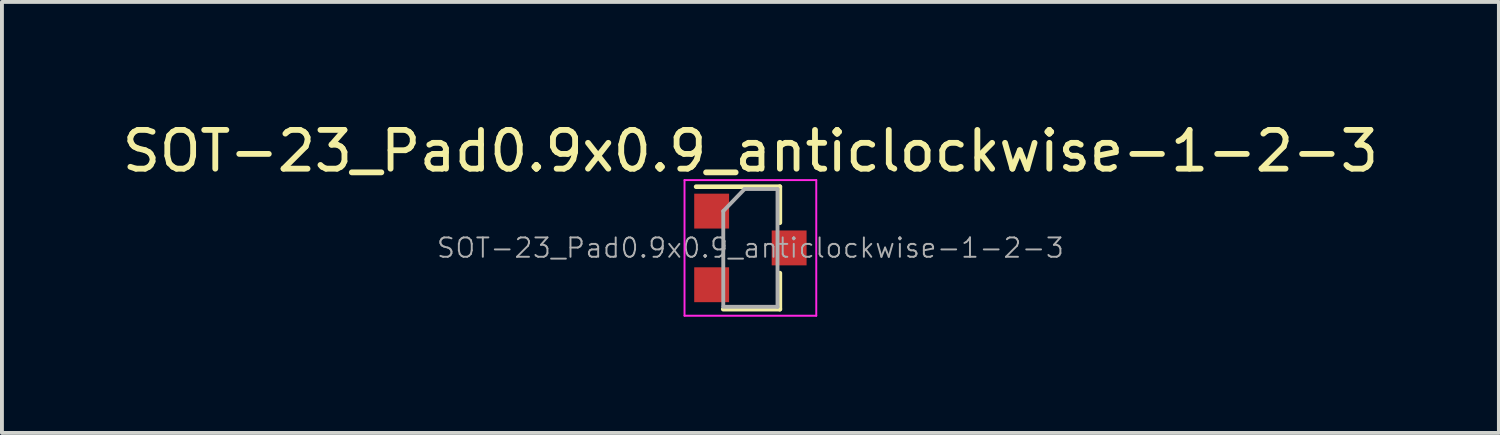
<source format=kicad_pcb>
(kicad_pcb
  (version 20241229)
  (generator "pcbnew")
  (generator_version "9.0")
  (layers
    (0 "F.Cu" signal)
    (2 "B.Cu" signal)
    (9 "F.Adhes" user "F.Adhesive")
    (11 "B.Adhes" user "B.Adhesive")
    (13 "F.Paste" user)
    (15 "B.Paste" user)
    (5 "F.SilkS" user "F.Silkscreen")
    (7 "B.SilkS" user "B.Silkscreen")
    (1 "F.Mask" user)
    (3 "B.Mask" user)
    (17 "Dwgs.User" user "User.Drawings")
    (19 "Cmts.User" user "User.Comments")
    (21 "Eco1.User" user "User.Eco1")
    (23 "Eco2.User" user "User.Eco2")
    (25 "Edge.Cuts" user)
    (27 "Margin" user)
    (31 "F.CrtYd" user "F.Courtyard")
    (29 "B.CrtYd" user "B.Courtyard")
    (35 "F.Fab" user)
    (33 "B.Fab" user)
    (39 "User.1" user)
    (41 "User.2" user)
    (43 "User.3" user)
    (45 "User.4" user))
  (footprint "SOT-23_Pad0.9x0.9_anticlockwise-1-2-3"
    (layer "F.Cu")
    (at 16.315 3.348)
    (property "Reference" "SOT-23_Pad0.9x0.9_anticlockwise-1-2-3" (at 0 0 0) (layer "F.Fab") (effects (font (size 0.5 0.5) (thickness 0.05))))
    (attr smd)
    (fp_line (start 0.76 -1.58) (end -1.4 -1.58) (stroke (width 0.12) (type solid)) (layer "F.SilkS"))
    (fp_line (start 0.76 -1.58) (end 0.76 -0.65) (stroke (width 0.12) (type solid)) (layer "F.SilkS"))
    (fp_line (start 0.76 1.58) (end -0.7 1.58) (stroke (width 0.12) (type solid)) (layer "F.SilkS"))
    (fp_line (start 0.76 1.58) (end 0.76 0.65) (stroke (width 0.12) (type solid)) (layer "F.SilkS"))
    (fp_line (start -1.7 -1.75) (end 1.7 -1.75) (stroke (width 0.05) (type solid)) (layer "F.CrtYd"))
    (fp_line (start -1.7 1.75) (end -1.7 -1.75) (stroke (width 0.05) (type solid)) (layer "F.CrtYd"))
    (fp_line (start 1.7 -1.75) (end 1.7 1.75) (stroke (width 0.05) (type solid)) (layer "F.CrtYd"))
    (fp_line (start 1.7 1.75) (end -1.7 1.75) (stroke (width 0.05) (type solid)) (layer "F.CrtYd"))
    (fp_line (start -0.7 -0.95) (end -0.7 1.5) (stroke (width 0.1) (type solid)) (layer "F.Fab"))
    (fp_line (start -0.7 -0.95) (end -0.15 -1.52) (stroke (width 0.1) (type solid)) (layer "F.Fab"))
    (fp_line (start -0.7 1.52) (end 0.7 1.52) (stroke (width 0.1) (type solid)) (layer "F.Fab"))
    (fp_line (start -0.15 -1.52) (end 0.7 -1.52) (stroke (width 0.1) (type solid)) (layer "F.Fab"))
    (fp_line (start 0.7 -1.52) (end 0.7 1.52) (stroke (width 0.1) (type solid)) (layer "F.Fab"))
    (fp_text user "${REFERENCE}" (at 0 -2.5 0) (layer "F.SilkS") (effects (font (size 1 1) (thickness 0.15))))
    (fp_text user "${REFERENCE}" (at -0.75 0 0) (layer "Eco1.User") (effects (font (size 0.3 0.3) (thickness 0.03))))
    (pad "1" smd rect (at -1 -0.95) (size 0.9 0.9) (layers "F.Cu" "F.Mask" "F.Paste"))
    (pad "2" smd rect (at -1 0.95) (size 0.9 0.9) (layers "F.Cu" "F.Mask" "F.Paste"))
    (pad "3" smd rect (at 1 0) (size 0.9 0.9) (layers "F.Cu" "F.Mask" "F.Paste")))
  (gr_rect
    (start -3 -3)
    (end 35.631 8.123)
    (stroke (width 0.1) (type default))
    (fill no)
    (layer "Edge.Cuts")))
</source>
